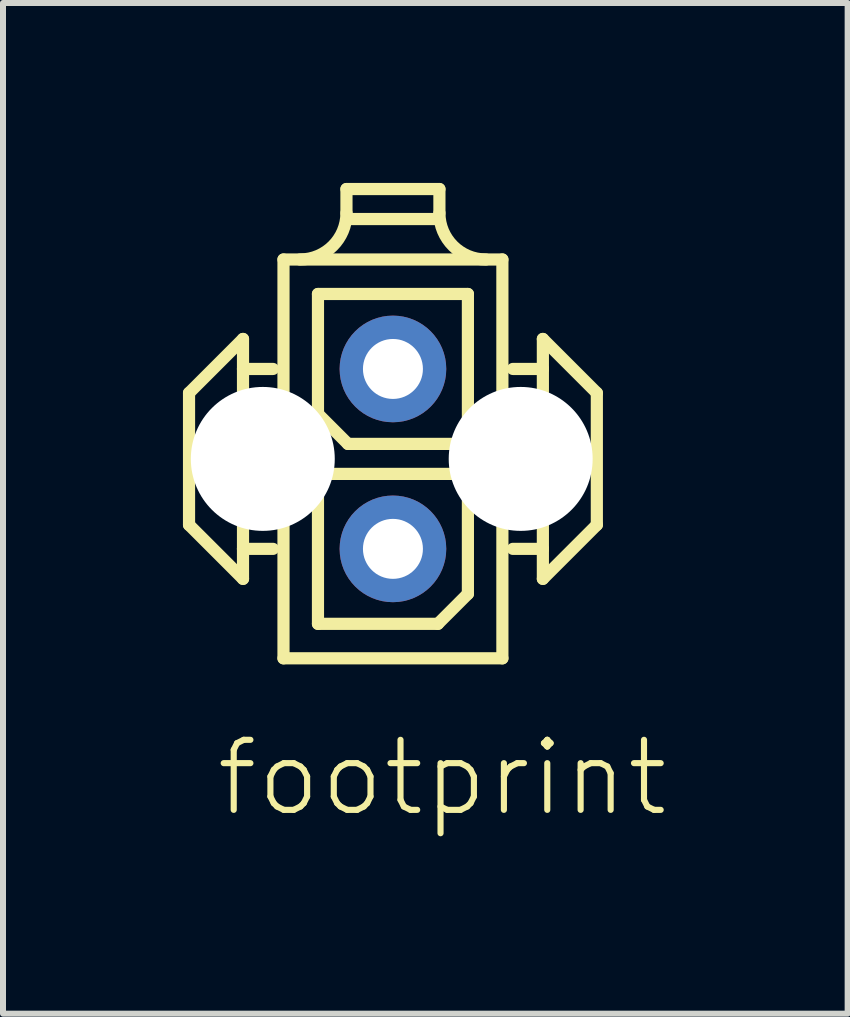
<source format=kicad_pcb>
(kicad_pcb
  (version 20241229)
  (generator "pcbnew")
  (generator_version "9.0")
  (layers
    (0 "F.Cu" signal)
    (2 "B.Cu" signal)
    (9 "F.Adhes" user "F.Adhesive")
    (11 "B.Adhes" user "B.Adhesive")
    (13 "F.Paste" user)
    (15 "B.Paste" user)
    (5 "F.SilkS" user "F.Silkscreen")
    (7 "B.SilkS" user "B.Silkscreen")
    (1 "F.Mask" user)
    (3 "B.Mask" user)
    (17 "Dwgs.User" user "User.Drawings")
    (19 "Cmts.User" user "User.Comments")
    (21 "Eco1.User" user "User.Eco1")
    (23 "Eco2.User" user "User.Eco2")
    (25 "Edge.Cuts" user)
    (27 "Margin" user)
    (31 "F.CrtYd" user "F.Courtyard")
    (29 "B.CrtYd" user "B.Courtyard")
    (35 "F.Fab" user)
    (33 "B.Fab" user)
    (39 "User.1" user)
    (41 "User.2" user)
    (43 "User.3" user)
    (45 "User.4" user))
  (footprint "footprint"
    (layer "F.Cu")
    (at 3.502 4.602)
    (property "Reference" "footprint" (at -3 6 0) (layer "F.SilkS") (effects (font (size 1.168 1.168) (thickness 0.102)) (justify left bottom)))
    (fp_line (start -3.4 -1.1) (end -2.5 -2) (stroke (width 0.203) (type solid)) (layer "F.SilkS"))
    (fp_line (start -3.4 1.1) (end -3.4 -1.1) (stroke (width 0.203) (type solid)) (layer "F.SilkS"))
    (fp_line (start -2.5 -2) (end -2.5 -1.5) (stroke (width 0.203) (type solid)) (layer "F.SilkS"))
    (fp_line (start -2.5 -1.5) (end -2.5 1.5) (stroke (width 0.203) (type solid)) (layer "F.SilkS"))
    (fp_line (start -2.5 -1.5) (end -2 -1.5) (stroke (width 0.203) (type solid)) (layer "F.SilkS"))
    (fp_line (start -2.5 1.5) (end -2.5 2) (stroke (width 0.203) (type solid)) (layer "F.SilkS"))
    (fp_line (start -2.5 1.5) (end -2 1.5) (stroke (width 0.203) (type solid)) (layer "F.SilkS"))
    (fp_line (start -2.5 2) (end -3.4 1.1) (stroke (width 0.203) (type solid)) (layer "F.SilkS"))
    (fp_line (start -1.825 -3.325) (end 1.825 -3.325) (stroke (width 0.203) (type solid)) (layer "F.SilkS"))
    (fp_line (start -1.825 3.325) (end -1.825 -3.325) (stroke (width 0.203) (type solid)) (layer "F.SilkS"))
    (fp_line (start -1.25 -2.75) (end -1.25 -0.75) (stroke (width 0.203) (type solid)) (layer "F.SilkS"))
    (fp_line (start -1.25 0.25) (end -1.25 2.75) (stroke (width 0.203) (type solid)) (layer "F.SilkS"))
    (fp_line (start -1.25 0.25) (end 1.25 0.25) (stroke (width 0.203) (type solid)) (layer "F.SilkS"))
    (fp_line (start -1.25 2.75) (end 0.75 2.75) (stroke (width 0.203) (type solid)) (layer "F.SilkS"))
    (fp_line (start -0.775 -4.5) (end 0.775 -4.5) (stroke (width 0.203) (type solid)) (layer "F.SilkS"))
    (fp_line (start -0.775 -4.1) (end -0.775 -4.5) (stroke (width 0.203) (type solid)) (layer "F.SilkS"))
    (fp_line (start -0.75 -0.25) (end -1.25 -0.75) (stroke (width 0.203) (type solid)) (layer "F.SilkS"))
    (fp_line (start -0.75 -0.25) (end 1.25 -0.25) (stroke (width 0.203) (type solid)) (layer "F.SilkS"))
    (fp_line (start 0.75 -4) (end -0.75 -4) (stroke (width 0.203) (type solid)) (layer "F.SilkS"))
    (fp_line (start 0.75 2.75) (end 1.25 2.25) (stroke (width 0.203) (type solid)) (layer "F.SilkS"))
    (fp_line (start 0.775 -4.1) (end 0.775 -4.5) (stroke (width 0.203) (type solid)) (layer "F.SilkS"))
    (fp_line (start 1.25 -2.75) (end -1.25 -2.75) (stroke (width 0.203) (type solid)) (layer "F.SilkS"))
    (fp_line (start 1.25 -0.25) (end 1.25 -2.75) (stroke (width 0.203) (type solid)) (layer "F.SilkS"))
    (fp_line (start 1.25 2.25) (end 1.25 0.25) (stroke (width 0.203) (type solid)) (layer "F.SilkS"))
    (fp_line (start 1.825 -3.325) (end 1.825 3.325) (stroke (width 0.203) (type solid)) (layer "F.SilkS"))
    (fp_line (start 1.825 3.325) (end -1.825 3.325) (stroke (width 0.203) (type solid)) (layer "F.SilkS"))
    (fp_line (start 2.5 -2) (end 2.5 -1.5) (stroke (width 0.203) (type solid)) (layer "F.SilkS"))
    (fp_line (start 2.5 -2) (end 3.4 -1.1) (stroke (width 0.203) (type solid)) (layer "F.SilkS"))
    (fp_line (start 2.5 -1.5) (end 2 -1.5) (stroke (width 0.203) (type solid)) (layer "F.SilkS"))
    (fp_line (start 2.5 -1.5) (end 2.5 1.5) (stroke (width 0.203) (type solid)) (layer "F.SilkS"))
    (fp_line (start 2.5 1.5) (end 2 1.5) (stroke (width 0.203) (type solid)) (layer "F.SilkS"))
    (fp_line (start 2.5 1.5) (end 2.5 2) (stroke (width 0.203) (type solid)) (layer "F.SilkS"))
    (fp_line (start 3.4 -1.1) (end 3.4 1.1) (stroke (width 0.203) (type solid)) (layer "F.SilkS"))
    (fp_line (start 3.4 1.1) (end 2.5 2) (stroke (width 0.203) (type solid)) (layer "F.SilkS"))
    (fp_arc (start -0.775 -4.1) (mid -1.001992 -3.551992) (end -1.55 -3.325) (stroke (width 0.2032) (type solid)) (layer "F.SilkS"))
    (fp_arc (start 1.55 -3.325) (mid 1.001992 -3.551992) (end 0.775 -4.1) (stroke (width 0.2032) (type solid)) (layer "F.SilkS"))
    (pad "" np_thru_hole circle (at -2.17 0) (size 2.4 2.4) (drill 2.4) (layers "*.Cu" "*.Mask"))
    (pad "" np_thru_hole circle (at 2.13 0) (size 2.4 2.4) (drill 2.4) (layers "*.Cu" "*.Mask"))
    (pad "1" thru_hole circle (at 0 1.5) (size 1.778 1.778) (drill 1) (layers "*.Cu" "*.Mask"))
    (pad "2" thru_hole circle (at 0 -1.5) (size 1.778 1.778) (drill 1) (layers "*.Cu" "*.Mask")))
  (gr_rect
    (start -3 -3)
    (end 11.084 13.852)
    (stroke (width 0.1) (type default))
    (fill no)
    (layer "Edge.Cuts")))
</source>
